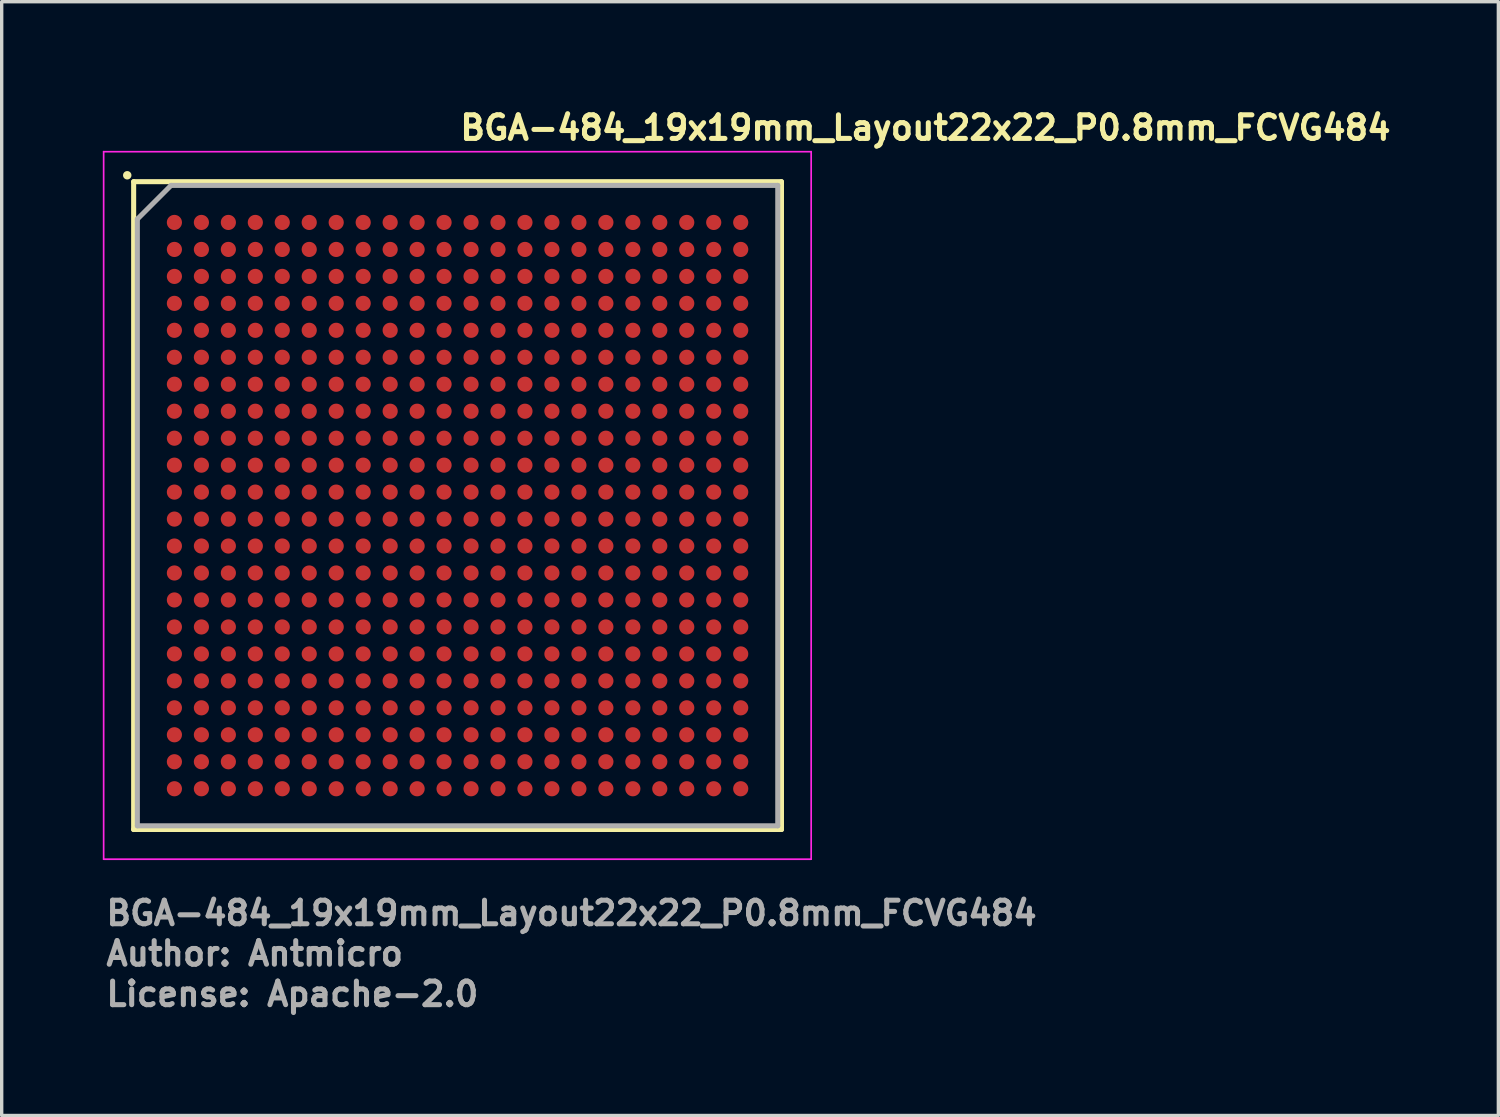
<source format=kicad_pcb>
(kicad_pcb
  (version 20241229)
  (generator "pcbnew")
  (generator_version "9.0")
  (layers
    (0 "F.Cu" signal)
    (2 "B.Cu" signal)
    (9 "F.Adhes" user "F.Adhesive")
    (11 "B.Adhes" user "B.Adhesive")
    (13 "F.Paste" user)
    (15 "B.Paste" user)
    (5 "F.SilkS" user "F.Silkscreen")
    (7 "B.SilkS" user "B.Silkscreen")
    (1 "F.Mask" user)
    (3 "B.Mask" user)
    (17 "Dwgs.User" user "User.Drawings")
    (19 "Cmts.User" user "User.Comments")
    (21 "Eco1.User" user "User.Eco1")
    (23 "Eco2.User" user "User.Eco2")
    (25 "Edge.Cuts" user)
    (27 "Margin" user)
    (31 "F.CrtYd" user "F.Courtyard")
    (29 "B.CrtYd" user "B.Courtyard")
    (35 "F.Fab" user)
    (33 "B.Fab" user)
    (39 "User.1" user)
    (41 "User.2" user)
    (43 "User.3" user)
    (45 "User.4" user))
  (footprint "BGA-484_19x19mm_Layout22x22_P0.8mm_FCVG484"
    (layer "F.Cu")
    (at 10.525 11.95)
    (property "Reference" "BGA-484_19x19mm_Layout22x22_P0.8mm_FCVG484" (at 0 -10.8 0) (layer "F.SilkS") (effects (font (size 0.7 0.7) (thickness 0.15)) (justify left bottom)))
    (attr smd)
    (fp_line (start -9.61 -9.61) (end 9.609 -9.61) (stroke (width 0.15) (type solid)) (layer "F.SilkS"))
    (fp_line (start -9.61 9.61) (end -9.61 -9.61) (stroke (width 0.15) (type solid)) (layer "F.SilkS"))
    (fp_line (start 9.609 -9.61) (end 9.609 9.609) (stroke (width 0.15) (type solid)) (layer "F.SilkS"))
    (fp_line (start 9.609 9.609) (end -9.61 9.609) (stroke (width 0.15) (type solid)) (layer "F.SilkS"))
    (fp_circle (center -9.8 -9.8) (end -9.75 -9.8) (stroke (width 0.15) (type solid)) (fill yes) (layer "F.SilkS"))
    (fp_line (start -10.5 -10.5) (end -10.5 10.49) (stroke (width 0.05) (type solid)) (layer "F.CrtYd"))
    (fp_line (start -10.5 10.49) (end 10.49 10.49) (stroke (width 0.05) (type solid)) (layer "F.CrtYd"))
    (fp_line (start 10.49 -10.5) (end -10.5 -10.5) (stroke (width 0.05) (type solid)) (layer "F.CrtYd"))
    (fp_line (start 10.49 10.49) (end 10.49 -10.5) (stroke (width 0.05) (type solid)) (layer "F.CrtYd"))
    (fp_line (start -9.5 -8.5) (end -8.5 -9.5) (stroke (width 0.15) (type solid)) (layer "F.Fab"))
    (fp_line (start -9.5 9.499) (end -9.5 -8.5) (stroke (width 0.15) (type solid)) (layer "F.Fab"))
    (fp_line (start -8.5 -9.5) (end 9.499 -9.5) (stroke (width 0.15) (type solid)) (layer "F.Fab"))
    (fp_line (start 9.499 -9.5) (end 9.499 9.499) (stroke (width 0.15) (type solid)) (layer "F.Fab"))
    (fp_line (start 9.499 9.499) (end -9.5 9.499) (stroke (width 0.15) (type solid)) (layer "F.Fab"))
    (fp_line (start -9.5 -9.5) (end -9.5 9.5) (stroke (width 0.1) (type solid)) (layer "User.9"))
    (fp_line (start -9.5 9.5) (end 9.5 9.5) (stroke (width 0.1) (type solid)) (layer "User.9"))
    (fp_line (start 9.5 -9.5) (end -9.5 -9.5) (stroke (width 0.1) (type solid)) (layer "User.9"))
    (fp_line (start 9.5 9.5) (end 9.5 -9.5) (stroke (width 0.1) (type solid)) (layer "User.9"))
    (fp_circle (center -7.6 -7.6) (end -7.126 -7.6) (stroke (width 0.1) (type default)) (fill no) (layer "User.9"))
    (fp_text user "Author: Antmicro" (at -10.5 13.699 0) (layer "F.Fab") (effects (font (size 0.7 0.7) (thickness 0.15)) (justify left bottom)))
    (fp_text user "${REFERENCE}" (at -10.5 12.499 0) (layer "F.Fab") (effects (font (size 0.7 0.7) (thickness 0.15)) (justify left bottom)))
    (fp_text user "License: Apache-2.0" (at -10.5 14.899 0) (layer "F.Fab") (effects (font (size 0.7 0.7) (thickness 0.15)) (justify left bottom)))
    (pad "A1" smd circle (at -8.401 -8.401) (size 0.45 0.45) (layers "F.Cu" "F.Mask" "F.Paste"))
    (pad "A2" smd circle (at -7.6 -8.401) (size 0.45 0.45) (layers "F.Cu" "F.Mask" "F.Paste"))
    (pad "A3" smd circle (at -6.8 -8.401) (size 0.45 0.45) (layers "F.Cu" "F.Mask" "F.Paste"))
    (pad "A4" smd circle (at -6 -8.401) (size 0.45 0.45) (layers "F.Cu" "F.Mask" "F.Paste"))
    (pad "A5" smd circle (at -5.201 -8.401) (size 0.45 0.45) (layers "F.Cu" "F.Mask" "F.Paste"))
    (pad "A6" smd circle (at -4.401 -8.401) (size 0.45 0.45) (layers "F.Cu" "F.Mask" "F.Paste"))
    (pad "A7" smd circle (at -3.601 -8.401) (size 0.45 0.45) (layers "F.Cu" "F.Mask" "F.Paste"))
    (pad "A8" smd circle (at -2.8 -8.401) (size 0.45 0.45) (layers "F.Cu" "F.Mask" "F.Paste"))
    (pad "A9" smd circle (at -2 -8.401) (size 0.45 0.45) (layers "F.Cu" "F.Mask" "F.Paste"))
    (pad "A10" smd circle (at -1.2 -8.401) (size 0.45 0.45) (layers "F.Cu" "F.Mask" "F.Paste"))
    (pad "A11" smd circle (at -0.401 -8.401) (size 0.45 0.45) (layers "F.Cu" "F.Mask" "F.Paste"))
    (pad "A12" smd circle (at 0.4 -8.401) (size 0.45 0.45) (layers "F.Cu" "F.Mask" "F.Paste"))
    (pad "A13" smd circle (at 1.199 -8.401) (size 0.45 0.45) (layers "F.Cu" "F.Mask" "F.Paste"))
    (pad "A14" smd circle (at 1.999 -8.401) (size 0.45 0.45) (layers "F.Cu" "F.Mask" "F.Paste"))
    (pad "A15" smd circle (at 2.799 -8.401) (size 0.45 0.45) (layers "F.Cu" "F.Mask" "F.Paste"))
    (pad "A16" smd circle (at 3.6 -8.401) (size 0.45 0.45) (layers "F.Cu" "F.Mask" "F.Paste"))
    (pad "A17" smd circle (at 4.4 -8.401) (size 0.45 0.45) (layers "F.Cu" "F.Mask" "F.Paste"))
    (pad "A18" smd circle (at 5.2 -8.401) (size 0.45 0.45) (layers "F.Cu" "F.Mask" "F.Paste"))
    (pad "A19" smd circle (at 5.999 -8.401) (size 0.45 0.45) (layers "F.Cu" "F.Mask" "F.Paste"))
    (pad "A20" smd circle (at 6.799 -8.401) (size 0.45 0.45) (layers "F.Cu" "F.Mask" "F.Paste"))
    (pad "A21" smd circle (at 7.599 -8.401) (size 0.45 0.45) (layers "F.Cu" "F.Mask" "F.Paste"))
    (pad "A22" smd circle (at 8.4 -8.401) (size 0.45 0.45) (layers "F.Cu" "F.Mask" "F.Paste"))
    (pad "AA1" smd circle (at -8.401 7.599) (size 0.45 0.45) (layers "F.Cu" "F.Mask" "F.Paste"))
    (pad "AA2" smd circle (at -7.6 7.599) (size 0.45 0.45) (layers "F.Cu" "F.Mask" "F.Paste"))
    (pad "AA3" smd circle (at -6.8 7.599) (size 0.45 0.45) (layers "F.Cu" "F.Mask" "F.Paste"))
    (pad "AA4" smd circle (at -6 7.599) (size 0.45 0.45) (layers "F.Cu" "F.Mask" "F.Paste"))
    (pad "AA5" smd circle (at -5.201 7.599) (size 0.45 0.45) (layers "F.Cu" "F.Mask" "F.Paste"))
    (pad "AA6" smd circle (at -4.401 7.599) (size 0.45 0.45) (layers "F.Cu" "F.Mask" "F.Paste"))
    (pad "AA7" smd circle (at -3.601 7.599) (size 0.45 0.45) (layers "F.Cu" "F.Mask" "F.Paste"))
    (pad "AA8" smd circle (at -2.8 7.599) (size 0.45 0.45) (layers "F.Cu" "F.Mask" "F.Paste"))
    (pad "AA9" smd circle (at -2 7.599) (size 0.45 0.45) (layers "F.Cu" "F.Mask" "F.Paste"))
    (pad "AA10" smd circle (at -1.2 7.599) (size 0.45 0.45) (layers "F.Cu" "F.Mask" "F.Paste"))
    (pad "AA11" smd circle (at -0.401 7.599) (size 0.45 0.45) (layers "F.Cu" "F.Mask" "F.Paste"))
    (pad "AA12" smd circle (at 0.4 7.599) (size 0.45 0.45) (layers "F.Cu" "F.Mask" "F.Paste"))
    (pad "AA13" smd circle (at 1.199 7.599) (size 0.45 0.45) (layers "F.Cu" "F.Mask" "F.Paste"))
    (pad "AA14" smd circle (at 1.999 7.599) (size 0.45 0.45) (layers "F.Cu" "F.Mask" "F.Paste"))
    (pad "AA15" smd circle (at 2.799 7.599) (size 0.45 0.45) (layers "F.Cu" "F.Mask" "F.Paste"))
    (pad "AA16" smd circle (at 3.6 7.599) (size 0.45 0.45) (layers "F.Cu" "F.Mask" "F.Paste"))
    (pad "AA17" smd circle (at 4.4 7.599) (size 0.45 0.45) (layers "F.Cu" "F.Mask" "F.Paste"))
    (pad "AA18" smd circle (at 5.2 7.599) (size 0.45 0.45) (layers "F.Cu" "F.Mask" "F.Paste"))
    (pad "AA19" smd circle (at 5.999 7.599) (size 0.45 0.45) (layers "F.Cu" "F.Mask" "F.Paste"))
    (pad "AA20" smd circle (at 6.799 7.599) (size 0.45 0.45) (layers "F.Cu" "F.Mask" "F.Paste"))
    (pad "AA21" smd circle (at 7.599 7.599) (size 0.45 0.45) (layers "F.Cu" "F.Mask" "F.Paste"))
    (pad "AA22" smd circle (at 8.4 7.599) (size 0.45 0.45) (layers "F.Cu" "F.Mask" "F.Paste"))
    (pad "AB1" smd circle (at -8.401 8.4) (size 0.45 0.45) (layers "F.Cu" "F.Mask" "F.Paste"))
    (pad "AB2" smd circle (at -7.6 8.4) (size 0.45 0.45) (layers "F.Cu" "F.Mask" "F.Paste"))
    (pad "AB3" smd circle (at -6.8 8.4) (size 0.45 0.45) (layers "F.Cu" "F.Mask" "F.Paste"))
    (pad "AB4" smd circle (at -6 8.4) (size 0.45 0.45) (layers "F.Cu" "F.Mask" "F.Paste"))
    (pad "AB5" smd circle (at -5.201 8.4) (size 0.45 0.45) (layers "F.Cu" "F.Mask" "F.Paste"))
    (pad "AB6" smd circle (at -4.401 8.4) (size 0.45 0.45) (layers "F.Cu" "F.Mask" "F.Paste"))
    (pad "AB7" smd circle (at -3.601 8.4) (size 0.45 0.45) (layers "F.Cu" "F.Mask" "F.Paste"))
    (pad "AB8" smd circle (at -2.8 8.4) (size 0.45 0.45) (layers "F.Cu" "F.Mask" "F.Paste"))
    (pad "AB9" smd circle (at -2 8.4) (size 0.45 0.45) (layers "F.Cu" "F.Mask" "F.Paste"))
    (pad "AB10" smd circle (at -1.2 8.4) (size 0.45 0.45) (layers "F.Cu" "F.Mask" "F.Paste"))
    (pad "AB11" smd circle (at -0.401 8.4) (size 0.45 0.45) (layers "F.Cu" "F.Mask" "F.Paste"))
    (pad "AB12" smd circle (at 0.4 8.4) (size 0.45 0.45) (layers "F.Cu" "F.Mask" "F.Paste"))
    (pad "AB13" smd circle (at 1.199 8.4) (size 0.45 0.45) (layers "F.Cu" "F.Mask" "F.Paste"))
    (pad "AB14" smd circle (at 1.999 8.4) (size 0.45 0.45) (layers "F.Cu" "F.Mask" "F.Paste"))
    (pad "AB15" smd circle (at 2.799 8.4) (size 0.45 0.45) (layers "F.Cu" "F.Mask" "F.Paste"))
    (pad "AB16" smd circle (at 3.6 8.4) (size 0.45 0.45) (layers "F.Cu" "F.Mask" "F.Paste"))
    (pad "AB17" smd circle (at 4.4 8.4) (size 0.45 0.45) (layers "F.Cu" "F.Mask" "F.Paste"))
    (pad "AB18" smd circle (at 5.2 8.4) (size 0.45 0.45) (layers "F.Cu" "F.Mask" "F.Paste"))
    (pad "AB19" smd circle (at 5.999 8.4) (size 0.45 0.45) (layers "F.Cu" "F.Mask" "F.Paste"))
    (pad "AB20" smd circle (at 6.799 8.4) (size 0.45 0.45) (layers "F.Cu" "F.Mask" "F.Paste"))
    (pad "AB21" smd circle (at 7.599 8.4) (size 0.45 0.45) (layers "F.Cu" "F.Mask" "F.Paste"))
    (pad "AB22" smd circle (at 8.4 8.4) (size 0.45 0.45) (layers "F.Cu" "F.Mask" "F.Paste"))
    (pad "B1" smd circle (at -8.401 -7.6) (size 0.45 0.45) (layers "F.Cu" "F.Mask" "F.Paste"))
    (pad "B2" smd circle (at -7.6 -7.6) (size 0.45 0.45) (layers "F.Cu" "F.Mask" "F.Paste"))
    (pad "B3" smd circle (at -6.8 -7.6) (size 0.45 0.45) (layers "F.Cu" "F.Mask" "F.Paste"))
    (pad "B4" smd circle (at -6 -7.6) (size 0.45 0.45) (layers "F.Cu" "F.Mask" "F.Paste"))
    (pad "B5" smd circle (at -5.201 -7.6) (size 0.45 0.45) (layers "F.Cu" "F.Mask" "F.Paste"))
    (pad "B6" smd circle (at -4.401 -7.6) (size 0.45 0.45) (layers "F.Cu" "F.Mask" "F.Paste"))
    (pad "B7" smd circle (at -3.601 -7.6) (size 0.45 0.45) (layers "F.Cu" "F.Mask" "F.Paste"))
    (pad "B8" smd circle (at -2.8 -7.6) (size 0.45 0.45) (layers "F.Cu" "F.Mask" "F.Paste"))
    (pad "B9" smd circle (at -2 -7.6) (size 0.45 0.45) (layers "F.Cu" "F.Mask" "F.Paste"))
    (pad "B10" smd circle (at -1.2 -7.6) (size 0.45 0.45) (layers "F.Cu" "F.Mask" "F.Paste"))
    (pad "B11" smd circle (at -0.401 -7.6) (size 0.45 0.45) (layers "F.Cu" "F.Mask" "F.Paste"))
    (pad "B12" smd circle (at 0.4 -7.6) (size 0.45 0.45) (layers "F.Cu" "F.Mask" "F.Paste"))
    (pad "B13" smd circle (at 1.199 -7.6) (size 0.45 0.45) (layers "F.Cu" "F.Mask" "F.Paste"))
    (pad "B14" smd circle (at 1.999 -7.6) (size 0.45 0.45) (layers "F.Cu" "F.Mask" "F.Paste"))
    (pad "B15" smd circle (at 2.799 -7.6) (size 0.45 0.45) (layers "F.Cu" "F.Mask" "F.Paste"))
    (pad "B16" smd circle (at 3.6 -7.6) (size 0.45 0.45) (layers "F.Cu" "F.Mask" "F.Paste"))
    (pad "B17" smd circle (at 4.4 -7.6) (size 0.45 0.45) (layers "F.Cu" "F.Mask" "F.Paste"))
    (pad "B18" smd circle (at 5.2 -7.6) (size 0.45 0.45) (layers "F.Cu" "F.Mask" "F.Paste"))
    (pad "B19" smd circle (at 5.999 -7.6) (size 0.45 0.45) (layers "F.Cu" "F.Mask" "F.Paste"))
    (pad "B20" smd circle (at 6.799 -7.6) (size 0.45 0.45) (layers "F.Cu" "F.Mask" "F.Paste"))
    (pad "B21" smd circle (at 7.599 -7.6) (size 0.45 0.45) (layers "F.Cu" "F.Mask" "F.Paste"))
    (pad "B22" smd circle (at 8.4 -7.6) (size 0.45 0.45) (layers "F.Cu" "F.Mask" "F.Paste"))
    (pad "C1" smd circle (at -8.401 -6.8) (size 0.45 0.45) (layers "F.Cu" "F.Mask" "F.Paste"))
    (pad "C2" smd circle (at -7.6 -6.8) (size 0.45 0.45) (layers "F.Cu" "F.Mask" "F.Paste"))
    (pad "C3" smd circle (at -6.8 -6.8) (size 0.45 0.45) (layers "F.Cu" "F.Mask" "F.Paste"))
    (pad "C4" smd circle (at -6 -6.8) (size 0.45 0.45) (layers "F.Cu" "F.Mask" "F.Paste"))
    (pad "C5" smd circle (at -5.201 -6.8) (size 0.45 0.45) (layers "F.Cu" "F.Mask" "F.Paste"))
    (pad "C6" smd circle (at -4.401 -6.8) (size 0.45 0.45) (layers "F.Cu" "F.Mask" "F.Paste"))
    (pad "C7" smd circle (at -3.601 -6.8) (size 0.45 0.45) (layers "F.Cu" "F.Mask" "F.Paste"))
    (pad "C8" smd circle (at -2.8 -6.8) (size 0.45 0.45) (layers "F.Cu" "F.Mask" "F.Paste"))
    (pad "C9" smd circle (at -2 -6.8) (size 0.45 0.45) (layers "F.Cu" "F.Mask" "F.Paste"))
    (pad "C10" smd circle (at -1.2 -6.8) (size 0.45 0.45) (layers "F.Cu" "F.Mask" "F.Paste"))
    (pad "C11" smd circle (at -0.401 -6.8) (size 0.45 0.45) (layers "F.Cu" "F.Mask" "F.Paste"))
    (pad "C12" smd circle (at 0.4 -6.8) (size 0.45 0.45) (layers "F.Cu" "F.Mask" "F.Paste"))
    (pad "C13" smd circle (at 1.199 -6.8) (size 0.45 0.45) (layers "F.Cu" "F.Mask" "F.Paste"))
    (pad "C14" smd circle (at 1.999 -6.8) (size 0.45 0.45) (layers "F.Cu" "F.Mask" "F.Paste"))
    (pad "C15" smd circle (at 2.799 -6.8) (size 0.45 0.45) (layers "F.Cu" "F.Mask" "F.Paste"))
    (pad "C16" smd circle (at 3.6 -6.8) (size 0.45 0.45) (layers "F.Cu" "F.Mask" "F.Paste"))
    (pad "C17" smd circle (at 4.4 -6.8) (size 0.45 0.45) (layers "F.Cu" "F.Mask" "F.Paste"))
    (pad "C18" smd circle (at 5.2 -6.8) (size 0.45 0.45) (layers "F.Cu" "F.Mask" "F.Paste"))
    (pad "C19" smd circle (at 5.999 -6.8) (size 0.45 0.45) (layers "F.Cu" "F.Mask" "F.Paste"))
    (pad "C20" smd circle (at 6.799 -6.8) (size 0.45 0.45) (layers "F.Cu" "F.Mask" "F.Paste"))
    (pad "C21" smd circle (at 7.599 -6.8) (size 0.45 0.45) (layers "F.Cu" "F.Mask" "F.Paste"))
    (pad "C22" smd circle (at 8.4 -6.8) (size 0.45 0.45) (layers "F.Cu" "F.Mask" "F.Paste"))
    (pad "D1" smd circle (at -8.401 -6) (size 0.45 0.45) (layers "F.Cu" "F.Mask" "F.Paste"))
    (pad "D2" smd circle (at -7.6 -6) (size 0.45 0.45) (layers "F.Cu" "F.Mask" "F.Paste"))
    (pad "D3" smd circle (at -6.8 -6) (size 0.45 0.45) (layers "F.Cu" "F.Mask" "F.Paste"))
    (pad "D4" smd circle (at -6 -6) (size 0.45 0.45) (layers "F.Cu" "F.Mask" "F.Paste"))
    (pad "D5" smd circle (at -5.201 -6) (size 0.45 0.45) (layers "F.Cu" "F.Mask" "F.Paste"))
    (pad "D6" smd circle (at -4.401 -6) (size 0.45 0.45) (layers "F.Cu" "F.Mask" "F.Paste"))
    (pad "D7" smd circle (at -3.601 -6) (size 0.45 0.45) (layers "F.Cu" "F.Mask" "F.Paste"))
    (pad "D8" smd circle (at -2.8 -6) (size 0.45 0.45) (layers "F.Cu" "F.Mask" "F.Paste"))
    (pad "D9" smd circle (at -2 -6) (size 0.45 0.45) (layers "F.Cu" "F.Mask" "F.Paste"))
    (pad "D10" smd circle (at -1.2 -6) (size 0.45 0.45) (layers "F.Cu" "F.Mask" "F.Paste"))
    (pad "D11" smd circle (at -0.401 -6) (size 0.45 0.45) (layers "F.Cu" "F.Mask" "F.Paste"))
    (pad "D12" smd circle (at 0.4 -6) (size 0.45 0.45) (layers "F.Cu" "F.Mask" "F.Paste"))
    (pad "D13" smd circle (at 1.199 -6) (size 0.45 0.45) (layers "F.Cu" "F.Mask" "F.Paste"))
    (pad "D14" smd circle (at 1.999 -6) (size 0.45 0.45) (layers "F.Cu" "F.Mask" "F.Paste"))
    (pad "D15" smd circle (at 2.799 -6) (size 0.45 0.45) (layers "F.Cu" "F.Mask" "F.Paste"))
    (pad "D16" smd circle (at 3.6 -6) (size 0.45 0.45) (layers "F.Cu" "F.Mask" "F.Paste"))
    (pad "D17" smd circle (at 4.4 -6) (size 0.45 0.45) (layers "F.Cu" "F.Mask" "F.Paste"))
    (pad "D18" smd circle (at 5.2 -6) (size 0.45 0.45) (layers "F.Cu" "F.Mask" "F.Paste"))
    (pad "D19" smd circle (at 5.999 -6) (size 0.45 0.45) (layers "F.Cu" "F.Mask" "F.Paste"))
    (pad "D20" smd circle (at 6.799 -6) (size 0.45 0.45) (layers "F.Cu" "F.Mask" "F.Paste"))
    (pad "D21" smd circle (at 7.599 -6) (size 0.45 0.45) (layers "F.Cu" "F.Mask" "F.Paste"))
    (pad "D22" smd circle (at 8.4 -6) (size 0.45 0.45) (layers "F.Cu" "F.Mask" "F.Paste"))
    (pad "E1" smd circle (at -8.401 -5.201) (size 0.45 0.45) (layers "F.Cu" "F.Mask" "F.Paste"))
    (pad "E2" smd circle (at -7.6 -5.201) (size 0.45 0.45) (layers "F.Cu" "F.Mask" "F.Paste"))
    (pad "E3" smd circle (at -6.8 -5.201) (size 0.45 0.45) (layers "F.Cu" "F.Mask" "F.Paste"))
    (pad "E4" smd circle (at -6 -5.201) (size 0.45 0.45) (layers "F.Cu" "F.Mask" "F.Paste"))
    (pad "E5" smd circle (at -5.201 -5.201) (size 0.45 0.45) (layers "F.Cu" "F.Mask" "F.Paste"))
    (pad "E6" smd circle (at -4.401 -5.201) (size 0.45 0.45) (layers "F.Cu" "F.Mask" "F.Paste"))
    (pad "E7" smd circle (at -3.601 -5.201) (size 0.45 0.45) (layers "F.Cu" "F.Mask" "F.Paste"))
    (pad "E8" smd circle (at -2.8 -5.201) (size 0.45 0.45) (layers "F.Cu" "F.Mask" "F.Paste"))
    (pad "E9" smd circle (at -2 -5.201) (size 0.45 0.45) (layers "F.Cu" "F.Mask" "F.Paste"))
    (pad "E10" smd circle (at -1.2 -5.201) (size 0.45 0.45) (layers "F.Cu" "F.Mask" "F.Paste"))
    (pad "E11" smd circle (at -0.401 -5.201) (size 0.45 0.45) (layers "F.Cu" "F.Mask" "F.Paste"))
    (pad "E12" smd circle (at 0.4 -5.201) (size 0.45 0.45) (layers "F.Cu" "F.Mask" "F.Paste"))
    (pad "E13" smd circle (at 1.199 -5.201) (size 0.45 0.45) (layers "F.Cu" "F.Mask" "F.Paste"))
    (pad "E14" smd circle (at 1.999 -5.201) (size 0.45 0.45) (layers "F.Cu" "F.Mask" "F.Paste"))
    (pad "E15" smd circle (at 2.799 -5.201) (size 0.45 0.45) (layers "F.Cu" "F.Mask" "F.Paste"))
    (pad "E16" smd circle (at 3.6 -5.201) (size 0.45 0.45) (layers "F.Cu" "F.Mask" "F.Paste"))
    (pad "E17" smd circle (at 4.4 -5.201) (size 0.45 0.45) (layers "F.Cu" "F.Mask" "F.Paste"))
    (pad "E18" smd circle (at 5.2 -5.201) (size 0.45 0.45) (layers "F.Cu" "F.Mask" "F.Paste"))
    (pad "E19" smd circle (at 5.999 -5.201) (size 0.45 0.45) (layers "F.Cu" "F.Mask" "F.Paste"))
    (pad "E20" smd circle (at 6.799 -5.201) (size 0.45 0.45) (layers "F.Cu" "F.Mask" "F.Paste"))
    (pad "E21" smd circle (at 7.599 -5.201) (size 0.45 0.45) (layers "F.Cu" "F.Mask" "F.Paste"))
    (pad "E22" smd circle (at 8.4 -5.201) (size 0.45 0.45) (layers "F.Cu" "F.Mask" "F.Paste"))
    (pad "F1" smd circle (at -8.401 -4.401) (size 0.45 0.45) (layers "F.Cu" "F.Mask" "F.Paste"))
    (pad "F2" smd circle (at -7.6 -4.401) (size 0.45 0.45) (layers "F.Cu" "F.Mask" "F.Paste"))
    (pad "F3" smd circle (at -6.8 -4.401) (size 0.45 0.45) (layers "F.Cu" "F.Mask" "F.Paste"))
    (pad "F4" smd circle (at -6 -4.401) (size 0.45 0.45) (layers "F.Cu" "F.Mask" "F.Paste"))
    (pad "F5" smd circle (at -5.201 -4.401) (size 0.45 0.45) (layers "F.Cu" "F.Mask" "F.Paste"))
    (pad "F6" smd circle (at -4.401 -4.401) (size 0.45 0.45) (layers "F.Cu" "F.Mask" "F.Paste"))
    (pad "F7" smd circle (at -3.601 -4.401) (size 0.45 0.45) (layers "F.Cu" "F.Mask" "F.Paste"))
    (pad "F8" smd circle (at -2.8 -4.401) (size 0.45 0.45) (layers "F.Cu" "F.Mask" "F.Paste"))
    (pad "F9" smd circle (at -2 -4.401) (size 0.45 0.45) (layers "F.Cu" "F.Mask" "F.Paste"))
    (pad "F10" smd circle (at -1.2 -4.401) (size 0.45 0.45) (layers "F.Cu" "F.Mask" "F.Paste"))
    (pad "F11" smd circle (at -0.401 -4.401) (size 0.45 0.45) (layers "F.Cu" "F.Mask" "F.Paste"))
    (pad "F12" smd circle (at 0.4 -4.401) (size 0.45 0.45) (layers "F.Cu" "F.Mask" "F.Paste"))
    (pad "F13" smd circle (at 1.199 -4.401) (size 0.45 0.45) (layers "F.Cu" "F.Mask" "F.Paste"))
    (pad "F14" smd circle (at 1.999 -4.401) (size 0.45 0.45) (layers "F.Cu" "F.Mask" "F.Paste"))
    (pad "F15" smd circle (at 2.799 -4.401) (size 0.45 0.45) (layers "F.Cu" "F.Mask" "F.Paste"))
    (pad "F16" smd circle (at 3.6 -4.401) (size 0.45 0.45) (layers "F.Cu" "F.Mask" "F.Paste"))
    (pad "F17" smd circle (at 4.4 -4.401) (size 0.45 0.45) (layers "F.Cu" "F.Mask" "F.Paste"))
    (pad "F18" smd circle (at 5.2 -4.401) (size 0.45 0.45) (layers "F.Cu" "F.Mask" "F.Paste"))
    (pad "F19" smd circle (at 5.999 -4.401) (size 0.45 0.45) (layers "F.Cu" "F.Mask" "F.Paste"))
    (pad "F20" smd circle (at 6.799 -4.401) (size 0.45 0.45) (layers "F.Cu" "F.Mask" "F.Paste"))
    (pad "F21" smd circle (at 7.599 -4.401) (size 0.45 0.45) (layers "F.Cu" "F.Mask" "F.Paste"))
    (pad "F22" smd circle (at 8.4 -4.401) (size 0.45 0.45) (layers "F.Cu" "F.Mask" "F.Paste"))
    (pad "G1" smd circle (at -8.401 -3.601) (size 0.45 0.45) (layers "F.Cu" "F.Mask" "F.Paste"))
    (pad "G2" smd circle (at -7.6 -3.601) (size 0.45 0.45) (layers "F.Cu" "F.Mask" "F.Paste"))
    (pad "G3" smd circle (at -6.8 -3.601) (size 0.45 0.45) (layers "F.Cu" "F.Mask" "F.Paste"))
    (pad "G4" smd circle (at -6 -3.601) (size 0.45 0.45) (layers "F.Cu" "F.Mask" "F.Paste"))
    (pad "G5" smd circle (at -5.201 -3.601) (size 0.45 0.45) (layers "F.Cu" "F.Mask" "F.Paste"))
    (pad "G6" smd circle (at -4.401 -3.601) (size 0.45 0.45) (layers "F.Cu" "F.Mask" "F.Paste"))
    (pad "G7" smd circle (at -3.601 -3.601) (size 0.45 0.45) (layers "F.Cu" "F.Mask" "F.Paste"))
    (pad "G8" smd circle (at -2.8 -3.601) (size 0.45 0.45) (layers "F.Cu" "F.Mask" "F.Paste"))
    (pad "G9" smd circle (at -2 -3.601) (size 0.45 0.45) (layers "F.Cu" "F.Mask" "F.Paste"))
    (pad "G10" smd circle (at -1.2 -3.601) (size 0.45 0.45) (layers "F.Cu" "F.Mask" "F.Paste"))
    (pad "G11" smd circle (at -0.401 -3.601) (size 0.45 0.45) (layers "F.Cu" "F.Mask" "F.Paste"))
    (pad "G12" smd circle (at 0.4 -3.601) (size 0.45 0.45) (layers "F.Cu" "F.Mask" "F.Paste"))
    (pad "G13" smd circle (at 1.199 -3.601) (size 0.45 0.45) (layers "F.Cu" "F.Mask" "F.Paste"))
    (pad "G14" smd circle (at 1.999 -3.601) (size 0.45 0.45) (layers "F.Cu" "F.Mask" "F.Paste"))
    (pad "G15" smd circle (at 2.799 -3.601) (size 0.45 0.45) (layers "F.Cu" "F.Mask" "F.Paste"))
    (pad "G16" smd circle (at 3.6 -3.601) (size 0.45 0.45) (layers "F.Cu" "F.Mask" "F.Paste"))
    (pad "G17" smd circle (at 4.4 -3.601) (size 0.45 0.45) (layers "F.Cu" "F.Mask" "F.Paste"))
    (pad "G18" smd circle (at 5.2 -3.601) (size 0.45 0.45) (layers "F.Cu" "F.Mask" "F.Paste"))
    (pad "G19" smd circle (at 5.999 -3.601) (size 0.45 0.45) (layers "F.Cu" "F.Mask" "F.Paste"))
    (pad "G20" smd circle (at 6.799 -3.601) (size 0.45 0.45) (layers "F.Cu" "F.Mask" "F.Paste"))
    (pad "G21" smd circle (at 7.599 -3.601) (size 0.45 0.45) (layers "F.Cu" "F.Mask" "F.Paste"))
    (pad "G22" smd circle (at 8.4 -3.601) (size 0.45 0.45) (layers "F.Cu" "F.Mask" "F.Paste"))
    (pad "H1" smd circle (at -8.401 -2.8) (size 0.45 0.45) (layers "F.Cu" "F.Mask" "F.Paste"))
    (pad "H2" smd circle (at -7.6 -2.8) (size 0.45 0.45) (layers "F.Cu" "F.Mask" "F.Paste"))
    (pad "H3" smd circle (at -6.8 -2.8) (size 0.45 0.45) (layers "F.Cu" "F.Mask" "F.Paste"))
    (pad "H4" smd circle (at -6 -2.8) (size 0.45 0.45) (layers "F.Cu" "F.Mask" "F.Paste"))
    (pad "H5" smd circle (at -5.201 -2.8) (size 0.45 0.45) (layers "F.Cu" "F.Mask" "F.Paste"))
    (pad "H6" smd circle (at -4.401 -2.8) (size 0.45 0.45) (layers "F.Cu" "F.Mask" "F.Paste"))
    (pad "H7" smd circle (at -3.601 -2.8) (size 0.45 0.45) (layers "F.Cu" "F.Mask" "F.Paste"))
    (pad "H8" smd circle (at -2.8 -2.8) (size 0.45 0.45) (layers "F.Cu" "F.Mask" "F.Paste"))
    (pad "H9" smd circle (at -2 -2.8) (size 0.45 0.45) (layers "F.Cu" "F.Mask" "F.Paste"))
    (pad "H10" smd circle (at -1.2 -2.8) (size 0.45 0.45) (layers "F.Cu" "F.Mask" "F.Paste"))
    (pad "H11" smd circle (at -0.401 -2.8) (size 0.45 0.45) (layers "F.Cu" "F.Mask" "F.Paste"))
    (pad "H12" smd circle (at 0.4 -2.8) (size 0.45 0.45) (layers "F.Cu" "F.Mask" "F.Paste"))
    (pad "H13" smd circle (at 1.199 -2.8) (size 0.45 0.45) (layers "F.Cu" "F.Mask" "F.Paste"))
    (pad "H14" smd circle (at 1.999 -2.8) (size 0.45 0.45) (layers "F.Cu" "F.Mask" "F.Paste"))
    (pad "H15" smd circle (at 2.799 -2.8) (size 0.45 0.45) (layers "F.Cu" "F.Mask" "F.Paste"))
    (pad "H16" smd circle (at 3.6 -2.8) (size 0.45 0.45) (layers "F.Cu" "F.Mask" "F.Paste"))
    (pad "H17" smd circle (at 4.4 -2.8) (size 0.45 0.45) (layers "F.Cu" "F.Mask" "F.Paste"))
    (pad "H18" smd circle (at 5.2 -2.8) (size 0.45 0.45) (layers "F.Cu" "F.Mask" "F.Paste"))
    (pad "H19" smd circle (at 5.999 -2.8) (size 0.45 0.45) (layers "F.Cu" "F.Mask" "F.Paste"))
    (pad "H20" smd circle (at 6.799 -2.8) (size 0.45 0.45) (layers "F.Cu" "F.Mask" "F.Paste"))
    (pad "H21" smd circle (at 7.599 -2.8) (size 0.45 0.45) (layers "F.Cu" "F.Mask" "F.Paste"))
    (pad "H22" smd circle (at 8.4 -2.8) (size 0.45 0.45) (layers "F.Cu" "F.Mask" "F.Paste"))
    (pad "J1" smd circle (at -8.401 -2) (size 0.45 0.45) (layers "F.Cu" "F.Mask" "F.Paste"))
    (pad "J2" smd circle (at -7.6 -2) (size 0.45 0.45) (layers "F.Cu" "F.Mask" "F.Paste"))
    (pad "J3" smd circle (at -6.8 -2) (size 0.45 0.45) (layers "F.Cu" "F.Mask" "F.Paste"))
    (pad "J4" smd circle (at -6 -2) (size 0.45 0.45) (layers "F.Cu" "F.Mask" "F.Paste"))
    (pad "J5" smd circle (at -5.201 -2) (size 0.45 0.45) (layers "F.Cu" "F.Mask" "F.Paste"))
    (pad "J6" smd circle (at -4.401 -2) (size 0.45 0.45) (layers "F.Cu" "F.Mask" "F.Paste"))
    (pad "J7" smd circle (at -3.601 -2) (size 0.45 0.45) (layers "F.Cu" "F.Mask" "F.Paste"))
    (pad "J8" smd circle (at -2.8 -2) (size 0.45 0.45) (layers "F.Cu" "F.Mask" "F.Paste"))
    (pad "J9" smd circle (at -2 -2) (size 0.45 0.45) (layers "F.Cu" "F.Mask" "F.Paste"))
    (pad "J10" smd circle (at -1.2 -2) (size 0.45 0.45) (layers "F.Cu" "F.Mask" "F.Paste"))
    (pad "J11" smd circle (at -0.401 -2) (size 0.45 0.45) (layers "F.Cu" "F.Mask" "F.Paste"))
    (pad "J12" smd circle (at 0.4 -2) (size 0.45 0.45) (layers "F.Cu" "F.Mask" "F.Paste"))
    (pad "J13" smd circle (at 1.199 -2) (size 0.45 0.45) (layers "F.Cu" "F.Mask" "F.Paste"))
    (pad "J14" smd circle (at 1.999 -2) (size 0.45 0.45) (layers "F.Cu" "F.Mask" "F.Paste"))
    (pad "J15" smd circle (at 2.799 -2) (size 0.45 0.45) (layers "F.Cu" "F.Mask" "F.Paste"))
    (pad "J16" smd circle (at 3.6 -2) (size 0.45 0.45) (layers "F.Cu" "F.Mask" "F.Paste"))
    (pad "J17" smd circle (at 4.4 -2) (size 0.45 0.45) (layers "F.Cu" "F.Mask" "F.Paste"))
    (pad "J18" smd circle (at 5.2 -2) (size 0.45 0.45) (layers "F.Cu" "F.Mask" "F.Paste"))
    (pad "J19" smd circle (at 5.999 -2) (size 0.45 0.45) (layers "F.Cu" "F.Mask" "F.Paste"))
    (pad "J20" smd circle (at 6.799 -2) (size 0.45 0.45) (layers "F.Cu" "F.Mask" "F.Paste"))
    (pad "J21" smd circle (at 7.599 -2) (size 0.45 0.45) (layers "F.Cu" "F.Mask" "F.Paste"))
    (pad "J22" smd circle (at 8.4 -2) (size 0.45 0.45) (layers "F.Cu" "F.Mask" "F.Paste"))
    (pad "K1" smd circle (at -8.401 -1.2) (size 0.45 0.45) (layers "F.Cu" "F.Mask" "F.Paste"))
    (pad "K2" smd circle (at -7.6 -1.2) (size 0.45 0.45) (layers "F.Cu" "F.Mask" "F.Paste"))
    (pad "K3" smd circle (at -6.8 -1.2) (size 0.45 0.45) (layers "F.Cu" "F.Mask" "F.Paste"))
    (pad "K4" smd circle (at -6 -1.2) (size 0.45 0.45) (layers "F.Cu" "F.Mask" "F.Paste"))
    (pad "K5" smd circle (at -5.201 -1.2) (size 0.45 0.45) (layers "F.Cu" "F.Mask" "F.Paste"))
    (pad "K6" smd circle (at -4.401 -1.2) (size 0.45 0.45) (layers "F.Cu" "F.Mask" "F.Paste"))
    (pad "K7" smd circle (at -3.601 -1.2) (size 0.45 0.45) (layers "F.Cu" "F.Mask" "F.Paste"))
    (pad "K8" smd circle (at -2.8 -1.2) (size 0.45 0.45) (layers "F.Cu" "F.Mask" "F.Paste"))
    (pad "K9" smd circle (at -2 -1.2) (size 0.45 0.45) (layers "F.Cu" "F.Mask" "F.Paste"))
    (pad "K10" smd circle (at -1.2 -1.2) (size 0.45 0.45) (layers "F.Cu" "F.Mask" "F.Paste"))
    (pad "K11" smd circle (at -0.401 -1.2) (size 0.45 0.45) (layers "F.Cu" "F.Mask" "F.Paste"))
    (pad "K12" smd circle (at 0.4 -1.2) (size 0.45 0.45) (layers "F.Cu" "F.Mask" "F.Paste"))
    (pad "K13" smd circle (at 1.199 -1.2) (size 0.45 0.45) (layers "F.Cu" "F.Mask" "F.Paste"))
    (pad "K14" smd circle (at 1.999 -1.2) (size 0.45 0.45) (layers "F.Cu" "F.Mask" "F.Paste"))
    (pad "K15" smd circle (at 2.799 -1.2) (size 0.45 0.45) (layers "F.Cu" "F.Mask" "F.Paste"))
    (pad "K16" smd circle (at 3.6 -1.2) (size 0.45 0.45) (layers "F.Cu" "F.Mask" "F.Paste"))
    (pad "K17" smd circle (at 4.4 -1.2) (size 0.45 0.45) (layers "F.Cu" "F.Mask" "F.Paste"))
    (pad "K18" smd circle (at 5.2 -1.2) (size 0.45 0.45) (layers "F.Cu" "F.Mask" "F.Paste"))
    (pad "K19" smd circle (at 5.999 -1.2) (size 0.45 0.45) (layers "F.Cu" "F.Mask" "F.Paste"))
    (pad "K20" smd circle (at 6.799 -1.2) (size 0.45 0.45) (layers "F.Cu" "F.Mask" "F.Paste"))
    (pad "K21" smd circle (at 7.599 -1.2) (size 0.45 0.45) (layers "F.Cu" "F.Mask" "F.Paste"))
    (pad "K22" smd circle (at 8.4 -1.2) (size 0.45 0.45) (layers "F.Cu" "F.Mask" "F.Paste"))
    (pad "L1" smd circle (at -8.401 -0.401) (size 0.45 0.45) (layers "F.Cu" "F.Mask" "F.Paste"))
    (pad "L2" smd circle (at -7.6 -0.401) (size 0.45 0.45) (layers "F.Cu" "F.Mask" "F.Paste"))
    (pad "L3" smd circle (at -6.8 -0.401) (size 0.45 0.45) (layers "F.Cu" "F.Mask" "F.Paste"))
    (pad "L4" smd circle (at -6 -0.401) (size 0.45 0.45) (layers "F.Cu" "F.Mask" "F.Paste"))
    (pad "L5" smd circle (at -5.201 -0.401) (size 0.45 0.45) (layers "F.Cu" "F.Mask" "F.Paste"))
    (pad "L6" smd circle (at -4.401 -0.401) (size 0.45 0.45) (layers "F.Cu" "F.Mask" "F.Paste"))
    (pad "L7" smd circle (at -3.601 -0.401) (size 0.45 0.45) (layers "F.Cu" "F.Mask" "F.Paste"))
    (pad "L8" smd circle (at -2.8 -0.401) (size 0.45 0.45) (layers "F.Cu" "F.Mask" "F.Paste"))
    (pad "L9" smd circle (at -2 -0.401) (size 0.45 0.45) (layers "F.Cu" "F.Mask" "F.Paste"))
    (pad "L10" smd circle (at -1.2 -0.401) (size 0.45 0.45) (layers "F.Cu" "F.Mask" "F.Paste"))
    (pad "L11" smd circle (at -0.401 -0.401) (size 0.45 0.45) (layers "F.Cu" "F.Mask" "F.Paste"))
    (pad "L12" smd circle (at 0.4 -0.401) (size 0.45 0.45) (layers "F.Cu" "F.Mask" "F.Paste"))
    (pad "L13" smd circle (at 1.199 -0.401) (size 0.45 0.45) (layers "F.Cu" "F.Mask" "F.Paste"))
    (pad "L14" smd circle (at 1.999 -0.401) (size 0.45 0.45) (layers "F.Cu" "F.Mask" "F.Paste"))
    (pad "L15" smd circle (at 2.799 -0.401) (size 0.45 0.45) (layers "F.Cu" "F.Mask" "F.Paste"))
    (pad "L16" smd circle (at 3.6 -0.401) (size 0.45 0.45) (layers "F.Cu" "F.Mask" "F.Paste"))
    (pad "L17" smd circle (at 4.4 -0.401) (size 0.45 0.45) (layers "F.Cu" "F.Mask" "F.Paste"))
    (pad "L18" smd circle (at 5.2 -0.401) (size 0.45 0.45) (layers "F.Cu" "F.Mask" "F.Paste"))
    (pad "L19" smd circle (at 5.999 -0.401) (size 0.45 0.45) (layers "F.Cu" "F.Mask" "F.Paste"))
    (pad "L20" smd circle (at 6.799 -0.401) (size 0.45 0.45) (layers "F.Cu" "F.Mask" "F.Paste"))
    (pad "L21" smd circle (at 7.599 -0.401) (size 0.45 0.45) (layers "F.Cu" "F.Mask" "F.Paste"))
    (pad "L22" smd circle (at 8.4 -0.401) (size 0.45 0.45) (layers "F.Cu" "F.Mask" "F.Paste"))
    (pad "M1" smd circle (at -8.401 0.4) (size 0.45 0.45) (layers "F.Cu" "F.Mask" "F.Paste"))
    (pad "M2" smd circle (at -7.6 0.4) (size 0.45 0.45) (layers "F.Cu" "F.Mask" "F.Paste"))
    (pad "M3" smd circle (at -6.8 0.4) (size 0.45 0.45) (layers "F.Cu" "F.Mask" "F.Paste"))
    (pad "M4" smd circle (at -6 0.4) (size 0.45 0.45) (layers "F.Cu" "F.Mask" "F.Paste"))
    (pad "M5" smd circle (at -5.201 0.4) (size 0.45 0.45) (layers "F.Cu" "F.Mask" "F.Paste"))
    (pad "M6" smd circle (at -4.401 0.4) (size 0.45 0.45) (layers "F.Cu" "F.Mask" "F.Paste"))
    (pad "M7" smd circle (at -3.601 0.4) (size 0.45 0.45) (layers "F.Cu" "F.Mask" "F.Paste"))
    (pad "M8" smd circle (at -2.8 0.4) (size 0.45 0.45) (layers "F.Cu" "F.Mask" "F.Paste"))
    (pad "M9" smd circle (at -2 0.4) (size 0.45 0.45) (layers "F.Cu" "F.Mask" "F.Paste"))
    (pad "M10" smd circle (at -1.2 0.4) (size 0.45 0.45) (layers "F.Cu" "F.Mask" "F.Paste"))
    (pad "M11" smd circle (at -0.401 0.4) (size 0.45 0.45) (layers "F.Cu" "F.Mask" "F.Paste"))
    (pad "M12" smd circle (at 0.4 0.4) (size 0.45 0.45) (layers "F.Cu" "F.Mask" "F.Paste"))
    (pad "M13" smd circle (at 1.199 0.4) (size 0.45 0.45) (layers "F.Cu" "F.Mask" "F.Paste"))
    (pad "M14" smd circle (at 1.999 0.4) (size 0.45 0.45) (layers "F.Cu" "F.Mask" "F.Paste"))
    (pad "M15" smd circle (at 2.799 0.4) (size 0.45 0.45) (layers "F.Cu" "F.Mask" "F.Paste"))
    (pad "M16" smd circle (at 3.6 0.4) (size 0.45 0.45) (layers "F.Cu" "F.Mask" "F.Paste"))
    (pad "M17" smd circle (at 4.4 0.4) (size 0.45 0.45) (layers "F.Cu" "F.Mask" "F.Paste"))
    (pad "M18" smd circle (at 5.2 0.4) (size 0.45 0.45) (layers "F.Cu" "F.Mask" "F.Paste"))
    (pad "M19" smd circle (at 5.999 0.4) (size 0.45 0.45) (layers "F.Cu" "F.Mask" "F.Paste"))
    (pad "M20" smd circle (at 6.799 0.4) (size 0.45 0.45) (layers "F.Cu" "F.Mask" "F.Paste"))
    (pad "M21" smd circle (at 7.599 0.4) (size 0.45 0.45) (layers "F.Cu" "F.Mask" "F.Paste"))
    (pad "M22" smd circle (at 8.4 0.4) (size 0.45 0.45) (layers "F.Cu" "F.Mask" "F.Paste"))
    (pad "N1" smd circle (at -8.401 1.199) (size 0.45 0.45) (layers "F.Cu" "F.Mask" "F.Paste"))
    (pad "N2" smd circle (at -7.6 1.199) (size 0.45 0.45) (layers "F.Cu" "F.Mask" "F.Paste"))
    (pad "N3" smd circle (at -6.8 1.199) (size 0.45 0.45) (layers "F.Cu" "F.Mask" "F.Paste"))
    (pad "N4" smd circle (at -6 1.199) (size 0.45 0.45) (layers "F.Cu" "F.Mask" "F.Paste"))
    (pad "N5" smd circle (at -5.201 1.199) (size 0.45 0.45) (layers "F.Cu" "F.Mask" "F.Paste"))
    (pad "N6" smd circle (at -4.401 1.199) (size 0.45 0.45) (layers "F.Cu" "F.Mask" "F.Paste"))
    (pad "N7" smd circle (at -3.601 1.199) (size 0.45 0.45) (layers "F.Cu" "F.Mask" "F.Paste"))
    (pad "N8" smd circle (at -2.8 1.199) (size 0.45 0.45) (layers "F.Cu" "F.Mask" "F.Paste"))
    (pad "N9" smd circle (at -2 1.199) (size 0.45 0.45) (layers "F.Cu" "F.Mask" "F.Paste"))
    (pad "N10" smd circle (at -1.2 1.199) (size 0.45 0.45) (layers "F.Cu" "F.Mask" "F.Paste"))
    (pad "N11" smd circle (at -0.401 1.199) (size 0.45 0.45) (layers "F.Cu" "F.Mask" "F.Paste"))
    (pad "N12" smd circle (at 0.4 1.199) (size 0.45 0.45) (layers "F.Cu" "F.Mask" "F.Paste"))
    (pad "N13" smd circle (at 1.199 1.199) (size 0.45 0.45) (layers "F.Cu" "F.Mask" "F.Paste"))
    (pad "N14" smd circle (at 1.999 1.199) (size 0.45 0.45) (layers "F.Cu" "F.Mask" "F.Paste"))
    (pad "N15" smd circle (at 2.799 1.199) (size 0.45 0.45) (layers "F.Cu" "F.Mask" "F.Paste"))
    (pad "N16" smd circle (at 3.6 1.199) (size 0.45 0.45) (layers "F.Cu" "F.Mask" "F.Paste"))
    (pad "N17" smd circle (at 4.4 1.199) (size 0.45 0.45) (layers "F.Cu" "F.Mask" "F.Paste"))
    (pad "N18" smd circle (at 5.2 1.199) (size 0.45 0.45) (layers "F.Cu" "F.Mask" "F.Paste"))
    (pad "N19" smd circle (at 5.999 1.199) (size 0.45 0.45) (layers "F.Cu" "F.Mask" "F.Paste"))
    (pad "N20" smd circle (at 6.799 1.199) (size 0.45 0.45) (layers "F.Cu" "F.Mask" "F.Paste"))
    (pad "N21" smd circle (at 7.599 1.199) (size 0.45 0.45) (layers "F.Cu" "F.Mask" "F.Paste"))
    (pad "N22" smd circle (at 8.4 1.199) (size 0.45 0.45) (layers "F.Cu" "F.Mask" "F.Paste"))
    (pad "P1" smd circle (at -8.401 1.999) (size 0.45 0.45) (layers "F.Cu" "F.Mask" "F.Paste"))
    (pad "P2" smd circle (at -7.6 1.999) (size 0.45 0.45) (layers "F.Cu" "F.Mask" "F.Paste"))
    (pad "P3" smd circle (at -6.8 1.999) (size 0.45 0.45) (layers "F.Cu" "F.Mask" "F.Paste"))
    (pad "P4" smd circle (at -6 1.999) (size 0.45 0.45) (layers "F.Cu" "F.Mask" "F.Paste"))
    (pad "P5" smd circle (at -5.201 1.999) (size 0.45 0.45) (layers "F.Cu" "F.Mask" "F.Paste"))
    (pad "P6" smd circle (at -4.401 1.999) (size 0.45 0.45) (layers "F.Cu" "F.Mask" "F.Paste"))
    (pad "P7" smd circle (at -3.601 1.999) (size 0.45 0.45) (layers "F.Cu" "F.Mask" "F.Paste"))
    (pad "P8" smd circle (at -2.8 1.999) (size 0.45 0.45) (layers "F.Cu" "F.Mask" "F.Paste"))
    (pad "P9" smd circle (at -2 1.999) (size 0.45 0.45) (layers "F.Cu" "F.Mask" "F.Paste"))
    (pad "P10" smd circle (at -1.2 1.999) (size 0.45 0.45) (layers "F.Cu" "F.Mask" "F.Paste"))
    (pad "P11" smd circle (at -0.401 1.999) (size 0.45 0.45) (layers "F.Cu" "F.Mask" "F.Paste"))
    (pad "P12" smd circle (at 0.4 1.999) (size 0.45 0.45) (layers "F.Cu" "F.Mask" "F.Paste"))
    (pad "P13" smd circle (at 1.199 1.999) (size 0.45 0.45) (layers "F.Cu" "F.Mask" "F.Paste"))
    (pad "P14" smd circle (at 1.999 1.999) (size 0.45 0.45) (layers "F.Cu" "F.Mask" "F.Paste"))
    (pad "P15" smd circle (at 2.799 1.999) (size 0.45 0.45) (layers "F.Cu" "F.Mask" "F.Paste"))
    (pad "P16" smd circle (at 3.6 1.999) (size 0.45 0.45) (layers "F.Cu" "F.Mask" "F.Paste"))
    (pad "P17" smd circle (at 4.4 1.999) (size 0.45 0.45) (layers "F.Cu" "F.Mask" "F.Paste"))
    (pad "P18" smd circle (at 5.2 1.999) (size 0.45 0.45) (layers "F.Cu" "F.Mask" "F.Paste"))
    (pad "P19" smd circle (at 5.999 1.999) (size 0.45 0.45) (layers "F.Cu" "F.Mask" "F.Paste"))
    (pad "P20" smd circle (at 6.799 1.999) (size 0.45 0.45) (layers "F.Cu" "F.Mask" "F.Paste"))
    (pad "P21" smd circle (at 7.599 1.999) (size 0.45 0.45) (layers "F.Cu" "F.Mask" "F.Paste"))
    (pad "P22" smd circle (at 8.4 1.999) (size 0.45 0.45) (layers "F.Cu" "F.Mask" "F.Paste"))
    (pad "R1" smd circle (at -8.401 2.799) (size 0.45 0.45) (layers "F.Cu" "F.Mask" "F.Paste"))
    (pad "R2" smd circle (at -7.6 2.799) (size 0.45 0.45) (layers "F.Cu" "F.Mask" "F.Paste"))
    (pad "R3" smd circle (at -6.8 2.799) (size 0.45 0.45) (layers "F.Cu" "F.Mask" "F.Paste"))
    (pad "R4" smd circle (at -6 2.799) (size 0.45 0.45) (layers "F.Cu" "F.Mask" "F.Paste"))
    (pad "R5" smd circle (at -5.201 2.799) (size 0.45 0.45) (layers "F.Cu" "F.Mask" "F.Paste"))
    (pad "R6" smd circle (at -4.401 2.799) (size 0.45 0.45) (layers "F.Cu" "F.Mask" "F.Paste"))
    (pad "R7" smd circle (at -3.601 2.799) (size 0.45 0.45) (layers "F.Cu" "F.Mask" "F.Paste"))
    (pad "R8" smd circle (at -2.8 2.799) (size 0.45 0.45) (layers "F.Cu" "F.Mask" "F.Paste"))
    (pad "R9" smd circle (at -2 2.799) (size 0.45 0.45) (layers "F.Cu" "F.Mask" "F.Paste"))
    (pad "R10" smd circle (at -1.2 2.799) (size 0.45 0.45) (layers "F.Cu" "F.Mask" "F.Paste"))
    (pad "R11" smd circle (at -0.401 2.799) (size 0.45 0.45) (layers "F.Cu" "F.Mask" "F.Paste"))
    (pad "R12" smd circle (at 0.4 2.799) (size 0.45 0.45) (layers "F.Cu" "F.Mask" "F.Paste"))
    (pad "R13" smd circle (at 1.199 2.799) (size 0.45 0.45) (layers "F.Cu" "F.Mask" "F.Paste"))
    (pad "R14" smd circle (at 1.999 2.799) (size 0.45 0.45) (layers "F.Cu" "F.Mask" "F.Paste"))
    (pad "R15" smd circle (at 2.799 2.799) (size 0.45 0.45) (layers "F.Cu" "F.Mask" "F.Paste"))
    (pad "R16" smd circle (at 3.6 2.799) (size 0.45 0.45) (layers "F.Cu" "F.Mask" "F.Paste"))
    (pad "R17" smd circle (at 4.4 2.799) (size 0.45 0.45) (layers "F.Cu" "F.Mask" "F.Paste"))
    (pad "R18" smd circle (at 5.2 2.799) (size 0.45 0.45) (layers "F.Cu" "F.Mask" "F.Paste"))
    (pad "R19" smd circle (at 5.999 2.799) (size 0.45 0.45) (layers "F.Cu" "F.Mask" "F.Paste"))
    (pad "R20" smd circle (at 6.799 2.799) (size 0.45 0.45) (layers "F.Cu" "F.Mask" "F.Paste"))
    (pad "R21" smd circle (at 7.599 2.799) (size 0.45 0.45) (layers "F.Cu" "F.Mask" "F.Paste"))
    (pad "R22" smd circle (at 8.4 2.799) (size 0.45 0.45) (layers "F.Cu" "F.Mask" "F.Paste"))
    (pad "T1" smd circle (at -8.401 3.6) (size 0.45 0.45) (layers "F.Cu" "F.Mask" "F.Paste"))
    (pad "T2" smd circle (at -7.6 3.6) (size 0.45 0.45) (layers "F.Cu" "F.Mask" "F.Paste"))
    (pad "T3" smd circle (at -6.8 3.6) (size 0.45 0.45) (layers "F.Cu" "F.Mask" "F.Paste"))
    (pad "T4" smd circle (at -6 3.6) (size 0.45 0.45) (layers "F.Cu" "F.Mask" "F.Paste"))
    (pad "T5" smd circle (at -5.201 3.6) (size 0.45 0.45) (layers "F.Cu" "F.Mask" "F.Paste"))
    (pad "T6" smd circle (at -4.401 3.6) (size 0.45 0.45) (layers "F.Cu" "F.Mask" "F.Paste"))
    (pad "T7" smd circle (at -3.601 3.6) (size 0.45 0.45) (layers "F.Cu" "F.Mask" "F.Paste"))
    (pad "T8" smd circle (at -2.8 3.6) (size 0.45 0.45) (layers "F.Cu" "F.Mask" "F.Paste"))
    (pad "T9" smd circle (at -2 3.6) (size 0.45 0.45) (layers "F.Cu" "F.Mask" "F.Paste"))
    (pad "T10" smd circle (at -1.2 3.6) (size 0.45 0.45) (layers "F.Cu" "F.Mask" "F.Paste"))
    (pad "T11" smd circle (at -0.401 3.6) (size 0.45 0.45) (layers "F.Cu" "F.Mask" "F.Paste"))
    (pad "T12" smd circle (at 0.4 3.6) (size 0.45 0.45) (layers "F.Cu" "F.Mask" "F.Paste"))
    (pad "T13" smd circle (at 1.199 3.6) (size 0.45 0.45) (layers "F.Cu" "F.Mask" "F.Paste"))
    (pad "T14" smd circle (at 1.999 3.6) (size 0.45 0.45) (layers "F.Cu" "F.Mask" "F.Paste"))
    (pad "T15" smd circle (at 2.799 3.6) (size 0.45 0.45) (layers "F.Cu" "F.Mask" "F.Paste"))
    (pad "T16" smd circle (at 3.6 3.6) (size 0.45 0.45) (layers "F.Cu" "F.Mask" "F.Paste"))
    (pad "T17" smd circle (at 4.4 3.6) (size 0.45 0.45) (layers "F.Cu" "F.Mask" "F.Paste"))
    (pad "T18" smd circle (at 5.2 3.6) (size 0.45 0.45) (layers "F.Cu" "F.Mask" "F.Paste"))
    (pad "T19" smd circle (at 5.999 3.6) (size 0.45 0.45) (layers "F.Cu" "F.Mask" "F.Paste"))
    (pad "T20" smd circle (at 6.799 3.6) (size 0.45 0.45) (layers "F.Cu" "F.Mask" "F.Paste"))
    (pad "T21" smd circle (at 7.599 3.6) (size 0.45 0.45) (layers "F.Cu" "F.Mask" "F.Paste"))
    (pad "T22" smd circle (at 8.4 3.6) (size 0.45 0.45) (layers "F.Cu" "F.Mask" "F.Paste"))
    (pad "U1" smd circle (at -8.401 4.4) (size 0.45 0.45) (layers "F.Cu" "F.Mask" "F.Paste"))
    (pad "U2" smd circle (at -7.6 4.4) (size 0.45 0.45) (layers "F.Cu" "F.Mask" "F.Paste"))
    (pad "U3" smd circle (at -6.8 4.4) (size 0.45 0.45) (layers "F.Cu" "F.Mask" "F.Paste"))
    (pad "U4" smd circle (at -6 4.4) (size 0.45 0.45) (layers "F.Cu" "F.Mask" "F.Paste"))
    (pad "U5" smd circle (at -5.201 4.4) (size 0.45 0.45) (layers "F.Cu" "F.Mask" "F.Paste"))
    (pad "U6" smd circle (at -4.401 4.4) (size 0.45 0.45) (layers "F.Cu" "F.Mask" "F.Paste"))
    (pad "U7" smd circle (at -3.601 4.4) (size 0.45 0.45) (layers "F.Cu" "F.Mask" "F.Paste"))
    (pad "U8" smd circle (at -2.8 4.4) (size 0.45 0.45) (layers "F.Cu" "F.Mask" "F.Paste"))
    (pad "U9" smd circle (at -2 4.4) (size 0.45 0.45) (layers "F.Cu" "F.Mask" "F.Paste"))
    (pad "U10" smd circle (at -1.2 4.4) (size 0.45 0.45) (layers "F.Cu" "F.Mask" "F.Paste"))
    (pad "U11" smd circle (at -0.401 4.4) (size 0.45 0.45) (layers "F.Cu" "F.Mask" "F.Paste"))
    (pad "U12" smd circle (at 0.4 4.4) (size 0.45 0.45) (layers "F.Cu" "F.Mask" "F.Paste"))
    (pad "U13" smd circle (at 1.199 4.4) (size 0.45 0.45) (layers "F.Cu" "F.Mask" "F.Paste"))
    (pad "U14" smd circle (at 1.999 4.4) (size 0.45 0.45) (layers "F.Cu" "F.Mask" "F.Paste"))
    (pad "U15" smd circle (at 2.799 4.4) (size 0.45 0.45) (layers "F.Cu" "F.Mask" "F.Paste"))
    (pad "U16" smd circle (at 3.6 4.4) (size 0.45 0.45) (layers "F.Cu" "F.Mask" "F.Paste"))
    (pad "U17" smd circle (at 4.4 4.4) (size 0.45 0.45) (layers "F.Cu" "F.Mask" "F.Paste"))
    (pad "U18" smd circle (at 5.2 4.4) (size 0.45 0.45) (layers "F.Cu" "F.Mask" "F.Paste"))
    (pad "U19" smd circle (at 5.999 4.4) (size 0.45 0.45) (layers "F.Cu" "F.Mask" "F.Paste"))
    (pad "U20" smd circle (at 6.799 4.4) (size 0.45 0.45) (layers "F.Cu" "F.Mask" "F.Paste"))
    (pad "U21" smd circle (at 7.599 4.4) (size 0.45 0.45) (layers "F.Cu" "F.Mask" "F.Paste"))
    (pad "U22" smd circle (at 8.4 4.4) (size 0.45 0.45) (layers "F.Cu" "F.Mask" "F.Paste"))
    (pad "V1" smd circle (at -8.401 5.2) (size 0.45 0.45) (layers "F.Cu" "F.Mask" "F.Paste"))
    (pad "V2" smd circle (at -7.6 5.2) (size 0.45 0.45) (layers "F.Cu" "F.Mask" "F.Paste"))
    (pad "V3" smd circle (at -6.8 5.2) (size 0.45 0.45) (layers "F.Cu" "F.Mask" "F.Paste"))
    (pad "V4" smd circle (at -6 5.2) (size 0.45 0.45) (layers "F.Cu" "F.Mask" "F.Paste"))
    (pad "V5" smd circle (at -5.201 5.2) (size 0.45 0.45) (layers "F.Cu" "F.Mask" "F.Paste"))
    (pad "V6" smd circle (at -4.401 5.2) (size 0.45 0.45) (layers "F.Cu" "F.Mask" "F.Paste"))
    (pad "V7" smd circle (at -3.601 5.2) (size 0.45 0.45) (layers "F.Cu" "F.Mask" "F.Paste"))
    (pad "V8" smd circle (at -2.8 5.2) (size 0.45 0.45) (layers "F.Cu" "F.Mask" "F.Paste"))
    (pad "V9" smd circle (at -2 5.2) (size 0.45 0.45) (layers "F.Cu" "F.Mask" "F.Paste"))
    (pad "V10" smd circle (at -1.2 5.2) (size 0.45 0.45) (layers "F.Cu" "F.Mask" "F.Paste"))
    (pad "V11" smd circle (at -0.401 5.2) (size 0.45 0.45) (layers "F.Cu" "F.Mask" "F.Paste"))
    (pad "V12" smd circle (at 0.4 5.2) (size 0.45 0.45) (layers "F.Cu" "F.Mask" "F.Paste"))
    (pad "V13" smd circle (at 1.199 5.2) (size 0.45 0.45) (layers "F.Cu" "F.Mask" "F.Paste"))
    (pad "V14" smd circle (at 1.999 5.2) (size 0.45 0.45) (layers "F.Cu" "F.Mask" "F.Paste"))
    (pad "V15" smd circle (at 2.799 5.2) (size 0.45 0.45) (layers "F.Cu" "F.Mask" "F.Paste"))
    (pad "V16" smd circle (at 3.6 5.2) (size 0.45 0.45) (layers "F.Cu" "F.Mask" "F.Paste"))
    (pad "V17" smd circle (at 4.4 5.2) (size 0.45 0.45) (layers "F.Cu" "F.Mask" "F.Paste"))
    (pad "V18" smd circle (at 5.2 5.2) (size 0.45 0.45) (layers "F.Cu" "F.Mask" "F.Paste"))
    (pad "V19" smd circle (at 5.999 5.2) (size 0.45 0.45) (layers "F.Cu" "F.Mask" "F.Paste"))
    (pad "V20" smd circle (at 6.799 5.2) (size 0.45 0.45) (layers "F.Cu" "F.Mask" "F.Paste"))
    (pad "V21" smd circle (at 7.599 5.2) (size 0.45 0.45) (layers "F.Cu" "F.Mask" "F.Paste"))
    (pad "V22" smd circle (at 8.4 5.2) (size 0.45 0.45) (layers "F.Cu" "F.Mask" "F.Paste"))
    (pad "W1" smd circle (at -8.401 5.999) (size 0.45 0.45) (layers "F.Cu" "F.Mask" "F.Paste"))
    (pad "W2" smd circle (at -7.6 5.999) (size 0.45 0.45) (layers "F.Cu" "F.Mask" "F.Paste"))
    (pad "W3" smd circle (at -6.8 5.999) (size 0.45 0.45) (layers "F.Cu" "F.Mask" "F.Paste"))
    (pad "W4" smd circle (at -6 5.999) (size 0.45 0.45) (layers "F.Cu" "F.Mask" "F.Paste"))
    (pad "W5" smd circle (at -5.201 5.999) (size 0.45 0.45) (layers "F.Cu" "F.Mask" "F.Paste"))
    (pad "W6" smd circle (at -4.401 5.999) (size 0.45 0.45) (layers "F.Cu" "F.Mask" "F.Paste"))
    (pad "W7" smd circle (at -3.601 5.999) (size 0.45 0.45) (layers "F.Cu" "F.Mask" "F.Paste"))
    (pad "W8" smd circle (at -2.8 5.999) (size 0.45 0.45) (layers "F.Cu" "F.Mask" "F.Paste"))
    (pad "W9" smd circle (at -2 5.999) (size 0.45 0.45) (layers "F.Cu" "F.Mask" "F.Paste"))
    (pad "W10" smd circle (at -1.2 5.999) (size 0.45 0.45) (layers "F.Cu" "F.Mask" "F.Paste"))
    (pad "W11" smd circle (at -0.401 5.999) (size 0.45 0.45) (layers "F.Cu" "F.Mask" "F.Paste"))
    (pad "W12" smd circle (at 0.4 5.999) (size 0.45 0.45) (layers "F.Cu" "F.Mask" "F.Paste"))
    (pad "W13" smd circle (at 1.199 5.999) (size 0.45 0.45) (layers "F.Cu" "F.Mask" "F.Paste"))
    (pad "W14" smd circle (at 1.999 5.999) (size 0.45 0.45) (layers "F.Cu" "F.Mask" "F.Paste"))
    (pad "W15" smd circle (at 2.799 5.999) (size 0.45 0.45) (layers "F.Cu" "F.Mask" "F.Paste"))
    (pad "W16" smd circle (at 3.6 5.999) (size 0.45 0.45) (layers "F.Cu" "F.Mask" "F.Paste"))
    (pad "W17" smd circle (at 4.4 5.999) (size 0.45 0.45) (layers "F.Cu" "F.Mask" "F.Paste"))
    (pad "W18" smd circle (at 5.2 5.999) (size 0.45 0.45) (layers "F.Cu" "F.Mask" "F.Paste"))
    (pad "W19" smd circle (at 5.999 5.999) (size 0.45 0.45) (layers "F.Cu" "F.Mask" "F.Paste"))
    (pad "W20" smd circle (at 6.799 5.999) (size 0.45 0.45) (layers "F.Cu" "F.Mask" "F.Paste"))
    (pad "W21" smd circle (at 7.599 5.999) (size 0.45 0.45) (layers "F.Cu" "F.Mask" "F.Paste"))
    (pad "W22" smd circle (at 8.4 5.999) (size 0.45 0.45) (layers "F.Cu" "F.Mask" "F.Paste"))
    (pad "Y1" smd circle (at -8.401 6.799) (size 0.45 0.45) (layers "F.Cu" "F.Mask" "F.Paste"))
    (pad "Y2" smd circle (at -7.6 6.799) (size 0.45 0.45) (layers "F.Cu" "F.Mask" "F.Paste"))
    (pad "Y3" smd circle (at -6.8 6.799) (size 0.45 0.45) (layers "F.Cu" "F.Mask" "F.Paste"))
    (pad "Y4" smd circle (at -6 6.799) (size 0.45 0.45) (layers "F.Cu" "F.Mask" "F.Paste"))
    (pad "Y5" smd circle (at -5.201 6.799) (size 0.45 0.45) (layers "F.Cu" "F.Mask" "F.Paste"))
    (pad "Y6" smd circle (at -4.401 6.799) (size 0.45 0.45) (layers "F.Cu" "F.Mask" "F.Paste"))
    (pad "Y7" smd circle (at -3.601 6.799) (size 0.45 0.45) (layers "F.Cu" "F.Mask" "F.Paste"))
    (pad "Y8" smd circle (at -2.8 6.799) (size 0.45 0.45) (layers "F.Cu" "F.Mask" "F.Paste"))
    (pad "Y9" smd circle (at -2 6.799) (size 0.45 0.45) (layers "F.Cu" "F.Mask" "F.Paste"))
    (pad "Y10" smd circle (at -1.2 6.799) (size 0.45 0.45) (layers "F.Cu" "F.Mask" "F.Paste"))
    (pad "Y11" smd circle (at -0.401 6.799) (size 0.45 0.45) (layers "F.Cu" "F.Mask" "F.Paste"))
    (pad "Y12" smd circle (at 0.4 6.799) (size 0.45 0.45) (layers "F.Cu" "F.Mask" "F.Paste"))
    (pad "Y13" smd circle (at 1.199 6.799) (size 0.45 0.45) (layers "F.Cu" "F.Mask" "F.Paste"))
    (pad "Y14" smd circle (at 1.999 6.799) (size 0.45 0.45) (layers "F.Cu" "F.Mask" "F.Paste"))
    (pad "Y15" smd circle (at 2.799 6.799) (size 0.45 0.45) (layers "F.Cu" "F.Mask" "F.Paste"))
    (pad "Y16" smd circle (at 3.6 6.799) (size 0.45 0.45) (layers "F.Cu" "F.Mask" "F.Paste"))
    (pad "Y17" smd circle (at 4.4 6.799) (size 0.45 0.45) (layers "F.Cu" "F.Mask" "F.Paste"))
    (pad "Y18" smd circle (at 5.2 6.799) (size 0.45 0.45) (layers "F.Cu" "F.Mask" "F.Paste"))
    (pad "Y19" smd circle (at 5.999 6.799) (size 0.45 0.45) (layers "F.Cu" "F.Mask" "F.Paste"))
    (pad "Y20" smd circle (at 6.799 6.799) (size 0.45 0.45) (layers "F.Cu" "F.Mask" "F.Paste"))
    (pad "Y21" smd circle (at 7.599 6.799) (size 0.45 0.45) (layers "F.Cu" "F.Mask" "F.Paste"))
    (pad "Y22" smd circle (at 8.4 6.799) (size 0.45 0.45) (layers "F.Cu" "F.Mask" "F.Paste")))
  (gr_rect
    (start -3 -3)
    (end 41.402 30.044)
    (stroke (width 0.1) (type default))
    (fill no)
    (layer "Edge.Cuts")))
</source>
